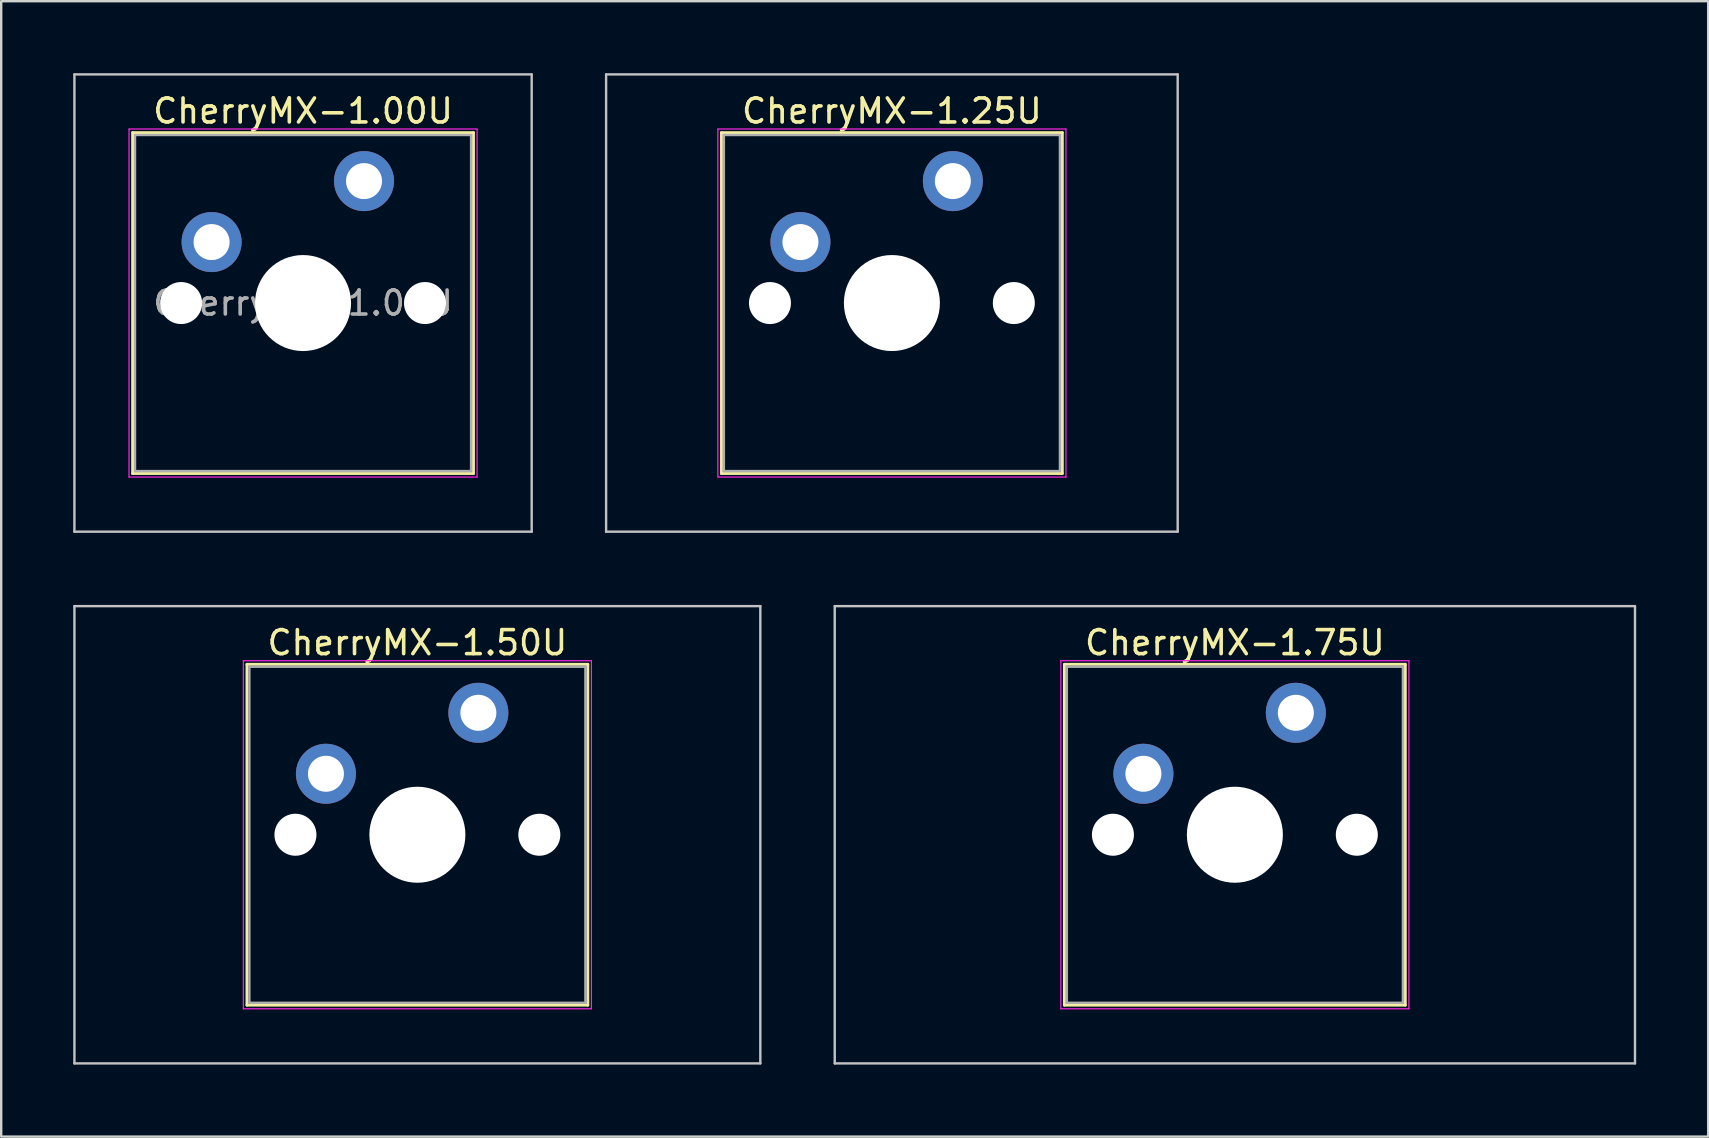
<source format=kicad_pcb>
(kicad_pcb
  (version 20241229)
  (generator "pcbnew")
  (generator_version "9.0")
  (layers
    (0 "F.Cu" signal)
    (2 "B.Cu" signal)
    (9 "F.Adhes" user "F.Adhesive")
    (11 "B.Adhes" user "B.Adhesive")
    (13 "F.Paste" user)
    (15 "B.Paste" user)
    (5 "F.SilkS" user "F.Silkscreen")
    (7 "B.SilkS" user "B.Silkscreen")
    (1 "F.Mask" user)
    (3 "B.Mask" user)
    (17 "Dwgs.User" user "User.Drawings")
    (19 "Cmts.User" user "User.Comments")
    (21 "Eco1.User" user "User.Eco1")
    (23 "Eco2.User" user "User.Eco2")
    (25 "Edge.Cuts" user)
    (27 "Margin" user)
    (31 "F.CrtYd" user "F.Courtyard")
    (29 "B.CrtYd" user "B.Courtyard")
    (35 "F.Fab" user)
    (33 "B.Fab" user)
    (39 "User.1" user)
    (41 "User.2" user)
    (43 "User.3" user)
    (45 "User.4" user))
  (footprint "CherryMX-1.00U"
    (layer "F.Cu")
    (at 9.575 9.575)
    (property "Reference" "CherryMX-1.00U" (at 0 -8 0) (layer "F.SilkS") (effects (font (size 1 1) (thickness 0.15))))
    (attr through_hole)
    (fp_line (start -7.1 -7.1) (end -7.1 7.1) (stroke (width 0.12) (type solid)) (layer "F.SilkS"))
    (fp_line (start -7.1 7.1) (end 7.1 7.1) (stroke (width 0.12) (type solid)) (layer "F.SilkS"))
    (fp_line (start 7.1 -7.1) (end -7.1 -7.1) (stroke (width 0.12) (type solid)) (layer "F.SilkS"))
    (fp_line (start 7.1 7.1) (end 7.1 -7.1) (stroke (width 0.12) (type solid)) (layer "F.SilkS"))
    (fp_line (start -9.525 -9.525) (end -9.525 9.525) (stroke (width 0.1) (type solid)) (layer "Dwgs.User"))
    (fp_line (start -9.525 9.525) (end 9.525 9.525) (stroke (width 0.1) (type solid)) (layer "Dwgs.User"))
    (fp_line (start 9.525 -9.525) (end -9.525 -9.525) (stroke (width 0.1) (type solid)) (layer "Dwgs.User"))
    (fp_line (start 9.525 9.525) (end 9.525 -9.525) (stroke (width 0.1) (type solid)) (layer "Dwgs.User"))
    (fp_line (start -7 -7) (end -7 7) (stroke (width 0.1) (type solid)) (layer "Eco1.User"))
    (fp_line (start -7 7) (end 7 7) (stroke (width 0.1) (type solid)) (layer "Eco1.User"))
    (fp_line (start 7 -7) (end -7 -7) (stroke (width 0.1) (type solid)) (layer "Eco1.User"))
    (fp_line (start 7 7) (end 7 -7) (stroke (width 0.1) (type solid)) (layer "Eco1.User"))
    (fp_line (start -7.25 -7.25) (end -7.25 7.25) (stroke (width 0.05) (type solid)) (layer "F.CrtYd"))
    (fp_line (start -7.25 7.25) (end 7.25 7.25) (stroke (width 0.05) (type solid)) (layer "F.CrtYd"))
    (fp_line (start 7.25 -7.25) (end -7.25 -7.25) (stroke (width 0.05) (type solid)) (layer "F.CrtYd"))
    (fp_line (start 7.25 7.25) (end 7.25 -7.25) (stroke (width 0.05) (type solid)) (layer "F.CrtYd"))
    (fp_line (start -7 -7) (end -7 7) (stroke (width 0.1) (type solid)) (layer "F.Fab"))
    (fp_line (start -7 7) (end 7 7) (stroke (width 0.1) (type solid)) (layer "F.Fab"))
    (fp_line (start 7 -7) (end -7 -7) (stroke (width 0.1) (type solid)) (layer "F.Fab"))
    (fp_line (start 7 7) (end 7 -7) (stroke (width 0.1) (type solid)) (layer "F.Fab"))
    (fp_text user "${REFERENCE}" (at 0 0 0) (layer "F.Fab") (effects (font (size 1 1) (thickness 0.15))))
    (pad "" np_thru_hole circle (at -5.08 0) (size 1.75 1.75) (drill 1.75) (layers "*.Cu" "*.Mask"))
    (pad "" np_thru_hole circle (at 0 0) (size 4 4) (drill 4) (layers "*.Cu" "*.Mask"))
    (pad "" np_thru_hole circle (at 5.08 0) (size 1.75 1.75) (drill 1.75) (layers "*.Cu" "*.Mask"))
    (pad "1" thru_hole circle (at -3.81 -2.54) (size 2.5 2.5) (drill 1.5) (layers "*.Cu" "B.Mask"))
    (pad "2" thru_hole circle (at 2.54 -5.08) (size 2.5 2.5) (drill 1.5) (layers "*.Cu" "B.Mask")))
  (footprint "CherryMX-1.25U"
    (layer "F.Cu")
    (at 34.106 9.575)
    (property "Reference" "CherryMX-1.25U" (at 0 -8 0) (layer "F.SilkS") (effects (font (size 1 1) (thickness 0.15))))
    (attr through_hole)
    (fp_line (start -7.1 -7.1) (end -7.1 7.1) (stroke (width 0.12) (type solid)) (layer "F.SilkS"))
    (fp_line (start -7.1 7.1) (end 7.1 7.1) (stroke (width 0.12) (type solid)) (layer "F.SilkS"))
    (fp_line (start 7.1 -7.1) (end -7.1 -7.1) (stroke (width 0.12) (type solid)) (layer "F.SilkS"))
    (fp_line (start 7.1 7.1) (end 7.1 -7.1) (stroke (width 0.12) (type solid)) (layer "F.SilkS"))
    (fp_line (start -11.906 -9.525) (end -11.906 9.525) (stroke (width 0.1) (type solid)) (layer "Dwgs.User"))
    (fp_line (start -11.906 9.525) (end 11.906 9.525) (stroke (width 0.1) (type solid)) (layer "Dwgs.User"))
    (fp_line (start 11.906 -9.525) (end -11.906 -9.525) (stroke (width 0.1) (type solid)) (layer "Dwgs.User"))
    (fp_line (start 11.906 9.525) (end 11.906 -9.525) (stroke (width 0.1) (type solid)) (layer "Dwgs.User"))
    (fp_line (start -7 -7) (end -7 7) (stroke (width 0.1) (type solid)) (layer "Eco1.User"))
    (fp_line (start -7 7) (end 7 7) (stroke (width 0.1) (type solid)) (layer "Eco1.User"))
    (fp_line (start 7 -7) (end -7 -7) (stroke (width 0.1) (type solid)) (layer "Eco1.User"))
    (fp_line (start 7 7) (end 7 -7) (stroke (width 0.1) (type solid)) (layer "Eco1.User"))
    (fp_line (start -7.25 -7.25) (end -7.25 7.25) (stroke (width 0.05) (type solid)) (layer "F.CrtYd"))
    (fp_line (start -7.25 7.25) (end 7.25 7.25) (stroke (width 0.05) (type solid)) (layer "F.CrtYd"))
    (fp_line (start 7.25 -7.25) (end -7.25 -7.25) (stroke (width 0.05) (type solid)) (layer "F.CrtYd"))
    (fp_line (start 7.25 7.25) (end 7.25 -7.25) (stroke (width 0.05) (type solid)) (layer "F.CrtYd"))
    (fp_line (start -7 -7) (end -7 7) (stroke (width 0.1) (type solid)) (layer "F.Fab"))
    (fp_line (start -7 7) (end 7 7) (stroke (width 0.1) (type solid)) (layer "F.Fab"))
    (fp_line (start 7 -7) (end -7 -7) (stroke (width 0.1) (type solid)) (layer "F.Fab"))
    (fp_line (start 7 7) (end 7 -7) (stroke (width 0.1) (type solid)) (layer "F.Fab"))
    (pad "" np_thru_hole circle (at -5.08 0) (size 1.75 1.75) (drill 1.75) (layers "*.Cu" "*.Mask"))
    (pad "" np_thru_hole circle (at 0 0) (size 4 4) (drill 4) (layers "*.Cu" "*.Mask"))
    (pad "" np_thru_hole circle (at 5.08 0) (size 1.75 1.75) (drill 1.75) (layers "*.Cu" "*.Mask"))
    (pad "1" thru_hole circle (at -3.81 -2.54) (size 2.5 2.5) (drill 1.5) (layers "*.Cu" "B.Mask"))
    (pad "2" thru_hole circle (at 2.54 -5.08) (size 2.5 2.5) (drill 1.5) (layers "*.Cu" "B.Mask")))
  (footprint "CherryMX-1.75U"
    (layer "F.Cu")
    (at 48.394 31.725)
    (property "Reference" "CherryMX-1.75U" (at 0 -8 0) (layer "F.SilkS") (effects (font (size 1 1) (thickness 0.15))))
    (attr through_hole)
    (fp_line (start -7.1 -7.1) (end -7.1 7.1) (stroke (width 0.12) (type solid)) (layer "F.SilkS"))
    (fp_line (start -7.1 7.1) (end 7.1 7.1) (stroke (width 0.12) (type solid)) (layer "F.SilkS"))
    (fp_line (start 7.1 -7.1) (end -7.1 -7.1) (stroke (width 0.12) (type solid)) (layer "F.SilkS"))
    (fp_line (start 7.1 7.1) (end 7.1 -7.1) (stroke (width 0.12) (type solid)) (layer "F.SilkS"))
    (fp_line (start -16.669 -9.525) (end -16.669 9.525) (stroke (width 0.1) (type solid)) (layer "Dwgs.User"))
    (fp_line (start -16.669 9.525) (end 16.669 9.525) (stroke (width 0.1) (type solid)) (layer "Dwgs.User"))
    (fp_line (start 16.669 -9.525) (end -16.669 -9.525) (stroke (width 0.1) (type solid)) (layer "Dwgs.User"))
    (fp_line (start 16.669 9.525) (end 16.669 -9.525) (stroke (width 0.1) (type solid)) (layer "Dwgs.User"))
    (fp_line (start -7 -7) (end -7 7) (stroke (width 0.1) (type solid)) (layer "Eco1.User"))
    (fp_line (start -7 7) (end 7 7) (stroke (width 0.1) (type solid)) (layer "Eco1.User"))
    (fp_line (start 7 -7) (end -7 -7) (stroke (width 0.1) (type solid)) (layer "Eco1.User"))
    (fp_line (start 7 7) (end 7 -7) (stroke (width 0.1) (type solid)) (layer "Eco1.User"))
    (fp_line (start -7.25 -7.25) (end -7.25 7.25) (stroke (width 0.05) (type solid)) (layer "F.CrtYd"))
    (fp_line (start -7.25 7.25) (end 7.25 7.25) (stroke (width 0.05) (type solid)) (layer "F.CrtYd"))
    (fp_line (start 7.25 -7.25) (end -7.25 -7.25) (stroke (width 0.05) (type solid)) (layer "F.CrtYd"))
    (fp_line (start 7.25 7.25) (end 7.25 -7.25) (stroke (width 0.05) (type solid)) (layer "F.CrtYd"))
    (fp_line (start -7 -7) (end -7 7) (stroke (width 0.1) (type solid)) (layer "F.Fab"))
    (fp_line (start -7 7) (end 7 7) (stroke (width 0.1) (type solid)) (layer "F.Fab"))
    (fp_line (start 7 -7) (end -7 -7) (stroke (width 0.1) (type solid)) (layer "F.Fab"))
    (fp_line (start 7 7) (end 7 -7) (stroke (width 0.1) (type solid)) (layer "F.Fab"))
    (pad "" np_thru_hole circle (at -5.08 0) (size 1.75 1.75) (drill 1.75) (layers "*.Cu" "*.Mask"))
    (pad "" np_thru_hole circle (at 0 0) (size 4 4) (drill 4) (layers "*.Cu" "*.Mask"))
    (pad "" np_thru_hole circle (at 5.08 0) (size 1.75 1.75) (drill 1.75) (layers "*.Cu" "*.Mask"))
    (pad "1" thru_hole circle (at -3.81 -2.54) (size 2.5 2.5) (drill 1.5) (layers "*.Cu" "B.Mask"))
    (pad "2" thru_hole circle (at 2.54 -5.08) (size 2.5 2.5) (drill 1.5) (layers "*.Cu" "B.Mask")))
  (footprint "CherryMX-1.50U"
    (layer "F.Cu")
    (at 14.338 31.725)
    (property "Reference" "CherryMX-1.50U" (at 0 -8 0) (layer "F.SilkS") (effects (font (size 1 1) (thickness 0.15))))
    (attr through_hole)
    (fp_line (start -7.1 -7.1) (end -7.1 7.1) (stroke (width 0.12) (type solid)) (layer "F.SilkS"))
    (fp_line (start -7.1 7.1) (end 7.1 7.1) (stroke (width 0.12) (type solid)) (layer "F.SilkS"))
    (fp_line (start 7.1 -7.1) (end -7.1 -7.1) (stroke (width 0.12) (type solid)) (layer "F.SilkS"))
    (fp_line (start 7.1 7.1) (end 7.1 -7.1) (stroke (width 0.12) (type solid)) (layer "F.SilkS"))
    (fp_line (start -14.287 -9.525) (end -14.287 9.525) (stroke (width 0.1) (type solid)) (layer "Dwgs.User"))
    (fp_line (start -14.287 9.525) (end 14.287 9.525) (stroke (width 0.1) (type solid)) (layer "Dwgs.User"))
    (fp_line (start 14.287 -9.525) (end -14.287 -9.525) (stroke (width 0.1) (type solid)) (layer "Dwgs.User"))
    (fp_line (start 14.287 9.525) (end 14.287 -9.525) (stroke (width 0.1) (type solid)) (layer "Dwgs.User"))
    (fp_line (start -7 -7) (end -7 7) (stroke (width 0.1) (type solid)) (layer "Eco1.User"))
    (fp_line (start -7 7) (end 7 7) (stroke (width 0.1) (type solid)) (layer "Eco1.User"))
    (fp_line (start 7 -7) (end -7 -7) (stroke (width 0.1) (type solid)) (layer "Eco1.User"))
    (fp_line (start 7 7) (end 7 -7) (stroke (width 0.1) (type solid)) (layer "Eco1.User"))
    (fp_line (start -7.25 -7.25) (end -7.25 7.25) (stroke (width 0.05) (type solid)) (layer "F.CrtYd"))
    (fp_line (start -7.25 7.25) (end 7.25 7.25) (stroke (width 0.05) (type solid)) (layer "F.CrtYd"))
    (fp_line (start 7.25 -7.25) (end -7.25 -7.25) (stroke (width 0.05) (type solid)) (layer "F.CrtYd"))
    (fp_line (start 7.25 7.25) (end 7.25 -7.25) (stroke (width 0.05) (type solid)) (layer "F.CrtYd"))
    (fp_line (start -7 -7) (end -7 7) (stroke (width 0.1) (type solid)) (layer "F.Fab"))
    (fp_line (start -7 7) (end 7 7) (stroke (width 0.1) (type solid)) (layer "F.Fab"))
    (fp_line (start 7 -7) (end -7 -7) (stroke (width 0.1) (type solid)) (layer "F.Fab"))
    (fp_line (start 7 7) (end 7 -7) (stroke (width 0.1) (type solid)) (layer "F.Fab"))
    (pad "" np_thru_hole circle (at -5.08 0) (size 1.75 1.75) (drill 1.75) (layers "*.Cu" "*.Mask"))
    (pad "" np_thru_hole circle (at 0 0) (size 4 4) (drill 4) (layers "*.Cu" "*.Mask"))
    (pad "" np_thru_hole circle (at 5.08 0) (size 1.75 1.75) (drill 1.75) (layers "*.Cu" "*.Mask"))
    (pad "1" thru_hole circle (at -3.81 -2.54) (size 2.5 2.5) (drill 1.5) (layers "*.Cu" "B.Mask"))
    (pad "2" thru_hole circle (at 2.54 -5.08) (size 2.5 2.5) (drill 1.5) (layers "*.Cu" "B.Mask")))
  (gr_rect
    (start -3 -3)
    (end 68.112 44.3)
    (stroke (width 0.1) (type default))
    (fill no)
    (layer "Edge.Cuts")))
</source>
